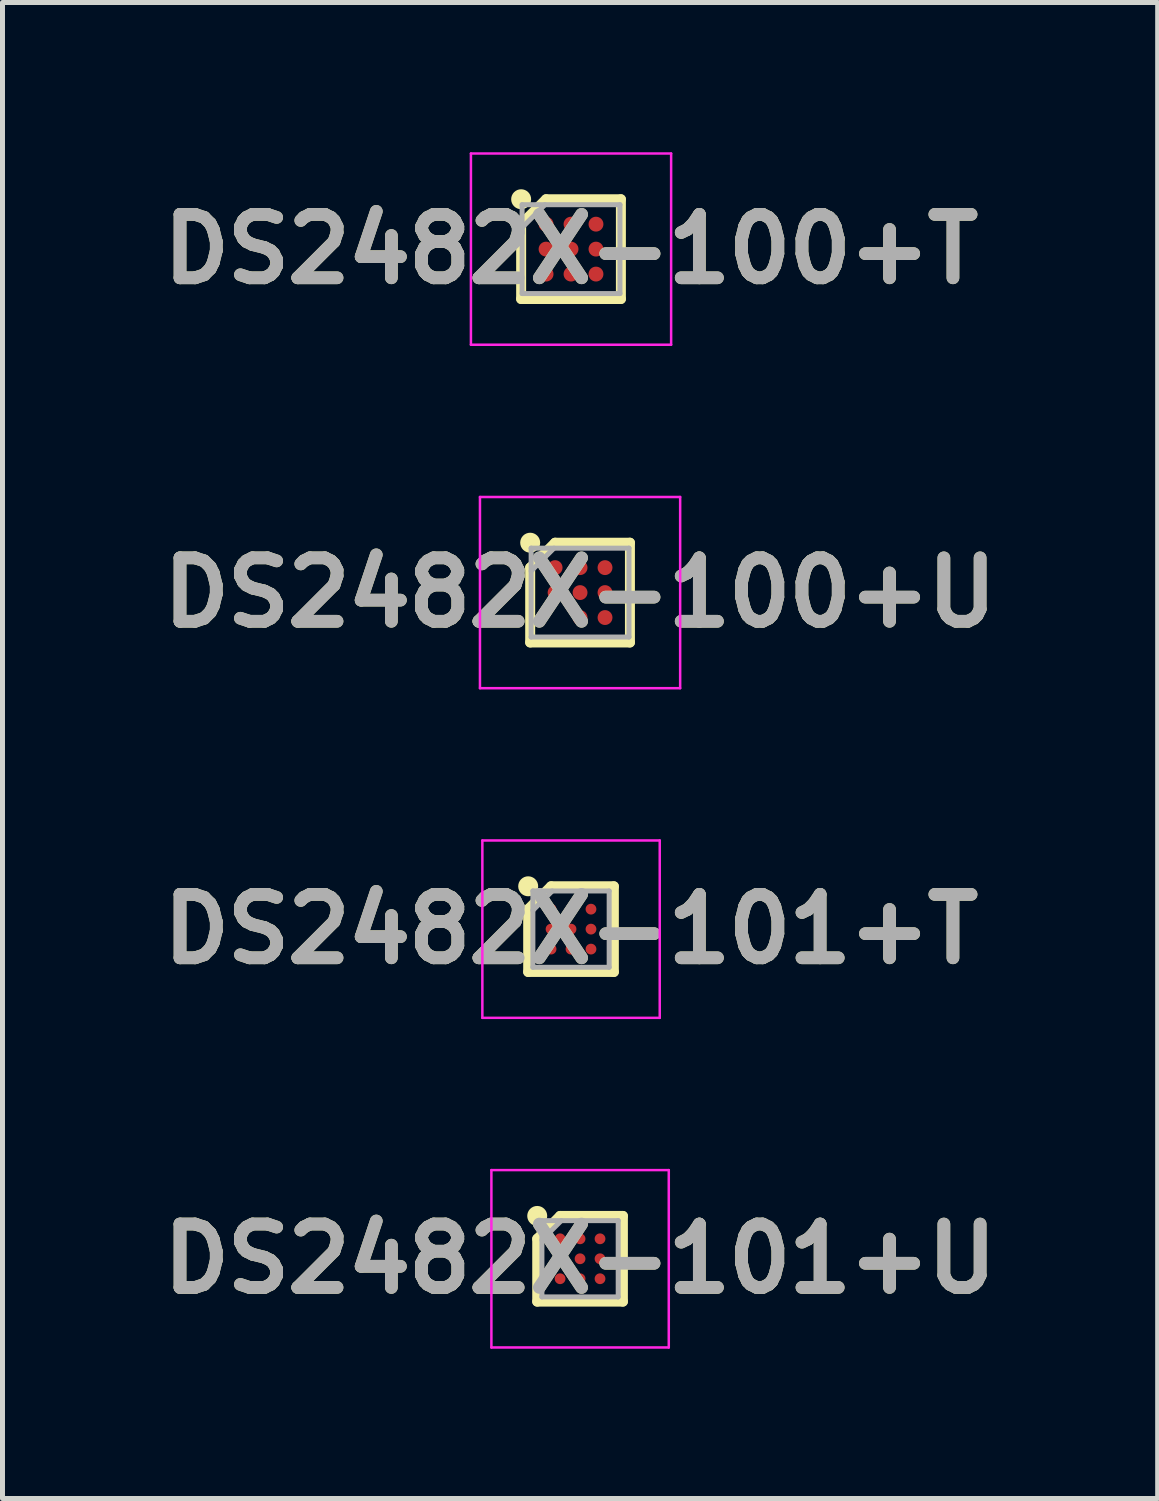
<source format=kicad_pcb>
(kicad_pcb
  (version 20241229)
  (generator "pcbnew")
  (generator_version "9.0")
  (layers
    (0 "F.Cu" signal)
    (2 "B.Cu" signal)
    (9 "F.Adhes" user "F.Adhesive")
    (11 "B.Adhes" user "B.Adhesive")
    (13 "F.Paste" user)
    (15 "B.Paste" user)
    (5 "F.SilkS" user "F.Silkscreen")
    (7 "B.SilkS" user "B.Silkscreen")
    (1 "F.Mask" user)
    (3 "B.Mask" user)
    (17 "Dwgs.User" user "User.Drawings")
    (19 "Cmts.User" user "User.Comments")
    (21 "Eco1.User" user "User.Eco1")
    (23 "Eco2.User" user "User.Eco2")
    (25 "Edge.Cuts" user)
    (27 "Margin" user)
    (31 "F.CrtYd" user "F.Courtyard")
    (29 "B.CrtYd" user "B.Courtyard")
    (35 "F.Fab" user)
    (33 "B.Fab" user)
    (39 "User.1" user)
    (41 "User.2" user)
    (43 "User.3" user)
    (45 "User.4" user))
  (footprint "DS2482X-101+U"
    (layer "F.Cu")
    (at 8.569 22.164)
    (property "Reference" "DS2482X-101+U" (at 0 0 0) (layer "F.SilkS") (effects (font (size 1.27 1.27) (thickness 0.254))))
    (attr smd)
    (fp_line (start -0.858 -0.4) (end -0.4 -0.858) (stroke (width 0.2) (type solid)) (layer "F.SilkS"))
    (fp_line (start -0.858 0.858) (end -0.858 -0.4) (stroke (width 0.2) (type solid)) (layer "F.SilkS"))
    (fp_line (start -0.4 -0.858) (end 0.858 -0.858) (stroke (width 0.2) (type solid)) (layer "F.SilkS"))
    (fp_line (start 0.858 -0.858) (end 0.858 0.858) (stroke (width 0.2) (type solid)) (layer "F.SilkS"))
    (fp_line (start 0.858 0.858) (end -0.858 0.858) (stroke (width 0.2) (type solid)) (layer "F.SilkS"))
    (fp_circle (center -0.858 -0.858) (end -0.858 -0.758) (stroke (width 0.2) (type solid)) (fill no) (layer "F.SilkS"))
    (fp_line (start -1.776 -1.776) (end 1.777 -1.776) (stroke (width 0.05) (type solid)) (layer "F.CrtYd"))
    (fp_line (start -1.776 1.777) (end -1.776 -1.776) (stroke (width 0.05) (type solid)) (layer "F.CrtYd"))
    (fp_line (start 1.777 -1.776) (end 1.777 1.777) (stroke (width 0.05) (type solid)) (layer "F.CrtYd"))
    (fp_line (start 1.777 1.777) (end -1.776 1.777) (stroke (width 0.05) (type solid)) (layer "F.CrtYd"))
    (fp_line (start -0.764 -0.764) (end 0.764 -0.764) (stroke (width 0.1) (type solid)) (layer "F.Fab"))
    (fp_line (start -0.764 -0.376) (end -0.376 -0.764) (stroke (width 0.1) (type solid)) (layer "F.Fab"))
    (fp_line (start -0.764 0.764) (end -0.764 -0.764) (stroke (width 0.1) (type solid)) (layer "F.Fab"))
    (fp_line (start 0.764 -0.764) (end 0.764 0.764) (stroke (width 0.1) (type solid)) (layer "F.Fab"))
    (fp_line (start 0.764 0.764) (end -0.764 0.764) (stroke (width 0.1) (type solid)) (layer "F.Fab"))
    (fp_text user "${REFERENCE}" (at 0 0 0) (layer "F.Fab") (effects (font (size 1.27 1.27) (thickness 0.254))))
    (pad "A1" smd circle (at -0.4 -0.4 90) (size 0.216 0.216) (layers "F.Cu" "F.Mask" "F.Paste"))
    (pad "A2" smd circle (at 0 -0.4 90) (size 0.216 0.216) (layers "F.Cu" "F.Mask" "F.Paste"))
    (pad "A3" smd circle (at 0.4 -0.4 90) (size 0.216 0.216) (layers "F.Cu" "F.Mask" "F.Paste"))
    (pad "B1" smd circle (at -0.4 0 90) (size 0.216 0.216) (layers "F.Cu" "F.Mask" "F.Paste"))
    (pad "B2" smd circle (at 0 0 90) (size 0.216 0.216) (layers "F.Cu" "F.Mask" "F.Paste"))
    (pad "B3" smd circle (at 0.4 0 90) (size 0.216 0.216) (layers "F.Cu" "F.Mask" "F.Paste"))
    (pad "C1" smd circle (at -0.4 0.4 90) (size 0.216 0.216) (layers "F.Cu" "F.Mask" "F.Paste"))
    (pad "C2" smd circle (at 0 0.4 90) (size 0.216 0.216) (layers "F.Cu" "F.Mask" "F.Paste"))
    (pad "C3" smd circle (at 0.4 0.4 90) (size 0.216 0.216) (layers "F.Cu" "F.Mask" "F.Paste")))
  (footprint "DS2482X-101+T"
    (layer "F.Cu")
    (at 8.388 15.561)
    (property "Reference" "DS2482X-101+T" (at 0 0 0) (layer "F.SilkS") (effects (font (size 1.27 1.27) (thickness 0.254))))
    (attr smd)
    (fp_line (start -0.858 -0.4) (end -0.4 -0.858) (stroke (width 0.2) (type solid)) (layer "F.SilkS"))
    (fp_line (start -0.858 0.858) (end -0.858 -0.4) (stroke (width 0.2) (type solid)) (layer "F.SilkS"))
    (fp_line (start -0.4 -0.858) (end 0.858 -0.858) (stroke (width 0.2) (type solid)) (layer "F.SilkS"))
    (fp_line (start 0.858 -0.858) (end 0.858 0.858) (stroke (width 0.2) (type solid)) (layer "F.SilkS"))
    (fp_line (start 0.858 0.858) (end -0.858 0.858) (stroke (width 0.2) (type solid)) (layer "F.SilkS"))
    (fp_circle (center -0.858 -0.858) (end -0.858 -0.758) (stroke (width 0.2) (type solid)) (fill no) (layer "F.SilkS"))
    (fp_line (start -1.776 -1.776) (end 1.777 -1.776) (stroke (width 0.05) (type solid)) (layer "F.CrtYd"))
    (fp_line (start -1.776 1.777) (end -1.776 -1.776) (stroke (width 0.05) (type solid)) (layer "F.CrtYd"))
    (fp_line (start 1.777 -1.776) (end 1.777 1.777) (stroke (width 0.05) (type solid)) (layer "F.CrtYd"))
    (fp_line (start 1.777 1.777) (end -1.776 1.777) (stroke (width 0.05) (type solid)) (layer "F.CrtYd"))
    (fp_line (start -0.764 -0.764) (end 0.764 -0.764) (stroke (width 0.1) (type solid)) (layer "F.Fab"))
    (fp_line (start -0.764 -0.376) (end -0.376 -0.764) (stroke (width 0.1) (type solid)) (layer "F.Fab"))
    (fp_line (start -0.764 0.764) (end -0.764 -0.764) (stroke (width 0.1) (type solid)) (layer "F.Fab"))
    (fp_line (start 0.764 -0.764) (end 0.764 0.764) (stroke (width 0.1) (type solid)) (layer "F.Fab"))
    (fp_line (start 0.764 0.764) (end -0.764 0.764) (stroke (width 0.1) (type solid)) (layer "F.Fab"))
    (fp_text user "${REFERENCE}" (at 0 0 0) (layer "F.Fab") (effects (font (size 1.27 1.27) (thickness 0.254))))
    (pad "A1" smd circle (at -0.4 -0.4 90) (size 0.216 0.216) (layers "F.Cu" "F.Mask" "F.Paste"))
    (pad "A2" smd circle (at 0 -0.4 90) (size 0.216 0.216) (layers "F.Cu" "F.Mask" "F.Paste"))
    (pad "A3" smd circle (at 0.4 -0.4 90) (size 0.216 0.216) (layers "F.Cu" "F.Mask" "F.Paste"))
    (pad "B1" smd circle (at -0.4 0 90) (size 0.216 0.216) (layers "F.Cu" "F.Mask" "F.Paste"))
    (pad "B2" smd circle (at 0 0 90) (size 0.216 0.216) (layers "F.Cu" "F.Mask" "F.Paste"))
    (pad "B3" smd circle (at 0.4 0 90) (size 0.216 0.216) (layers "F.Cu" "F.Mask" "F.Paste"))
    (pad "C1" smd circle (at -0.4 0.4 90) (size 0.216 0.216) (layers "F.Cu" "F.Mask" "F.Paste"))
    (pad "C2" smd circle (at 0 0.4 90) (size 0.216 0.216) (layers "F.Cu" "F.Mask" "F.Paste"))
    (pad "C3" smd circle (at 0.4 0.4 90) (size 0.216 0.216) (layers "F.Cu" "F.Mask" "F.Paste")))
  (footprint "DS2482X-100+T"
    (layer "F.Cu")
    (at 8.388 1.94)
    (property "Reference" "DS2482X-100+T" (at 0 0 0) (layer "F.SilkS") (effects (font (size 1.27 1.27) (thickness 0.254))))
    (attr smd)
    (fp_line (start -0.999 -0.5) (end -0.5 -0.999) (stroke (width 0.2) (type solid)) (layer "F.SilkS"))
    (fp_line (start -0.999 0.999) (end -0.999 -0.5) (stroke (width 0.2) (type solid)) (layer "F.SilkS"))
    (fp_line (start -0.5 -0.999) (end 0.999 -0.999) (stroke (width 0.2) (type solid)) (layer "F.SilkS"))
    (fp_line (start 0.999 -0.999) (end 0.999 0.999) (stroke (width 0.2) (type solid)) (layer "F.SilkS"))
    (fp_line (start 0.999 0.999) (end -0.999 0.999) (stroke (width 0.2) (type solid)) (layer "F.SilkS"))
    (fp_circle (center -0.999 -0.999) (end -0.999 -0.899) (stroke (width 0.2) (type solid)) (fill no) (layer "F.SilkS"))
    (fp_line (start -2.005 -1.915) (end 2.005 -1.915) (stroke (width 0.05) (type solid)) (layer "F.CrtYd"))
    (fp_line (start -2.005 1.915) (end -2.005 -1.915) (stroke (width 0.05) (type solid)) (layer "F.CrtYd"))
    (fp_line (start 2.005 -1.915) (end 2.005 1.915) (stroke (width 0.05) (type solid)) (layer "F.CrtYd"))
    (fp_line (start 2.005 1.915) (end -2.005 1.915) (stroke (width 0.05) (type solid)) (layer "F.CrtYd"))
    (fp_line (start -0.98 -0.89) (end 0.98 -0.89) (stroke (width 0.1) (type solid)) (layer "F.Fab"))
    (fp_line (start -0.98 -0.432) (end -0.522 -0.89) (stroke (width 0.1) (type solid)) (layer "F.Fab"))
    (fp_line (start -0.98 0.89) (end -0.98 -0.89) (stroke (width 0.1) (type solid)) (layer "F.Fab"))
    (fp_line (start 0.98 -0.89) (end 0.98 0.89) (stroke (width 0.1) (type solid)) (layer "F.Fab"))
    (fp_line (start 0.98 0.89) (end -0.98 0.89) (stroke (width 0.1) (type solid)) (layer "F.Fab"))
    (fp_text user "${REFERENCE}" (at 0 0 0) (layer "F.Fab") (effects (font (size 1.27 1.27) (thickness 0.254))))
    (pad "A1" smd circle (at -0.5 -0.5 90) (size 0.298 0.298) (layers "F.Cu" "F.Mask" "F.Paste"))
    (pad "A2" smd circle (at 0 -0.5 90) (size 0.298 0.298) (layers "F.Cu" "F.Mask" "F.Paste"))
    (pad "A3" smd circle (at 0.5 -0.5 90) (size 0.298 0.298) (layers "F.Cu" "F.Mask" "F.Paste"))
    (pad "B1" smd circle (at -0.5 0 90) (size 0.298 0.298) (layers "F.Cu" "F.Mask" "F.Paste"))
    (pad "B2" smd circle (at 0 0 90) (size 0.298 0.298) (layers "F.Cu" "F.Mask" "F.Paste"))
    (pad "B3" smd circle (at 0.5 0 90) (size 0.298 0.298) (layers "F.Cu" "F.Mask" "F.Paste"))
    (pad "C1" smd circle (at -0.5 0.5 90) (size 0.298 0.298) (layers "F.Cu" "F.Mask" "F.Paste"))
    (pad "C2" smd circle (at 0 0.5 90) (size 0.298 0.298) (layers "F.Cu" "F.Mask" "F.Paste"))
    (pad "C3" smd circle (at 0.5 0.5 90) (size 0.298 0.298) (layers "F.Cu" "F.Mask" "F.Paste")))
  (footprint "DS2482X-100+U"
    (layer "F.Cu")
    (at 8.569 8.82)
    (property "Reference" "DS2482X-100+U" (at 0 0 0) (layer "F.SilkS") (effects (font (size 1.27 1.27) (thickness 0.254))))
    (attr smd)
    (fp_line (start -0.999 -0.5) (end -0.5 -0.999) (stroke (width 0.2) (type solid)) (layer "F.SilkS"))
    (fp_line (start -0.999 0.999) (end -0.999 -0.5) (stroke (width 0.2) (type solid)) (layer "F.SilkS"))
    (fp_line (start -0.5 -0.999) (end 0.999 -0.999) (stroke (width 0.2) (type solid)) (layer "F.SilkS"))
    (fp_line (start 0.999 -0.999) (end 0.999 0.999) (stroke (width 0.2) (type solid)) (layer "F.SilkS"))
    (fp_line (start 0.999 0.999) (end -0.999 0.999) (stroke (width 0.2) (type solid)) (layer "F.SilkS"))
    (fp_circle (center -0.999 -0.999) (end -0.999 -0.899) (stroke (width 0.2) (type solid)) (fill no) (layer "F.SilkS"))
    (fp_line (start -2.005 -1.915) (end 2.005 -1.915) (stroke (width 0.05) (type solid)) (layer "F.CrtYd"))
    (fp_line (start -2.005 1.915) (end -2.005 -1.915) (stroke (width 0.05) (type solid)) (layer "F.CrtYd"))
    (fp_line (start 2.005 -1.915) (end 2.005 1.915) (stroke (width 0.05) (type solid)) (layer "F.CrtYd"))
    (fp_line (start 2.005 1.915) (end -2.005 1.915) (stroke (width 0.05) (type solid)) (layer "F.CrtYd"))
    (fp_line (start -0.98 -0.89) (end 0.98 -0.89) (stroke (width 0.1) (type solid)) (layer "F.Fab"))
    (fp_line (start -0.98 -0.432) (end -0.522 -0.89) (stroke (width 0.1) (type solid)) (layer "F.Fab"))
    (fp_line (start -0.98 0.89) (end -0.98 -0.89) (stroke (width 0.1) (type solid)) (layer "F.Fab"))
    (fp_line (start 0.98 -0.89) (end 0.98 0.89) (stroke (width 0.1) (type solid)) (layer "F.Fab"))
    (fp_line (start 0.98 0.89) (end -0.98 0.89) (stroke (width 0.1) (type solid)) (layer "F.Fab"))
    (fp_text user "${REFERENCE}" (at 0 0 0) (layer "F.Fab") (effects (font (size 1.27 1.27) (thickness 0.254))))
    (pad "A1" smd circle (at -0.5 -0.5 90) (size 0.298 0.298) (layers "F.Cu" "F.Mask" "F.Paste"))
    (pad "A2" smd circle (at 0 -0.5 90) (size 0.298 0.298) (layers "F.Cu" "F.Mask" "F.Paste"))
    (pad "A3" smd circle (at 0.5 -0.5 90) (size 0.298 0.298) (layers "F.Cu" "F.Mask" "F.Paste"))
    (pad "B1" smd circle (at -0.5 0 90) (size 0.298 0.298) (layers "F.Cu" "F.Mask" "F.Paste"))
    (pad "B2" smd circle (at 0 0 90) (size 0.298 0.298) (layers "F.Cu" "F.Mask" "F.Paste"))
    (pad "B3" smd circle (at 0.5 0 90) (size 0.298 0.298) (layers "F.Cu" "F.Mask" "F.Paste"))
    (pad "C2" smd circle (at 0 0.5 90) (size 0.298 0.298) (layers "F.Cu" "F.Mask" "F.Paste"))
    (pad "C3" smd circle (at 0.5 0.5 90) (size 0.298 0.298) (layers "F.Cu" "F.Mask" "F.Paste")))
  (gr_rect
    (start -3 -3)
    (end 20.139 26.966)
    (stroke (width 0.1) (type default))
    (fill no)
    (layer "Edge.Cuts")))
</source>
